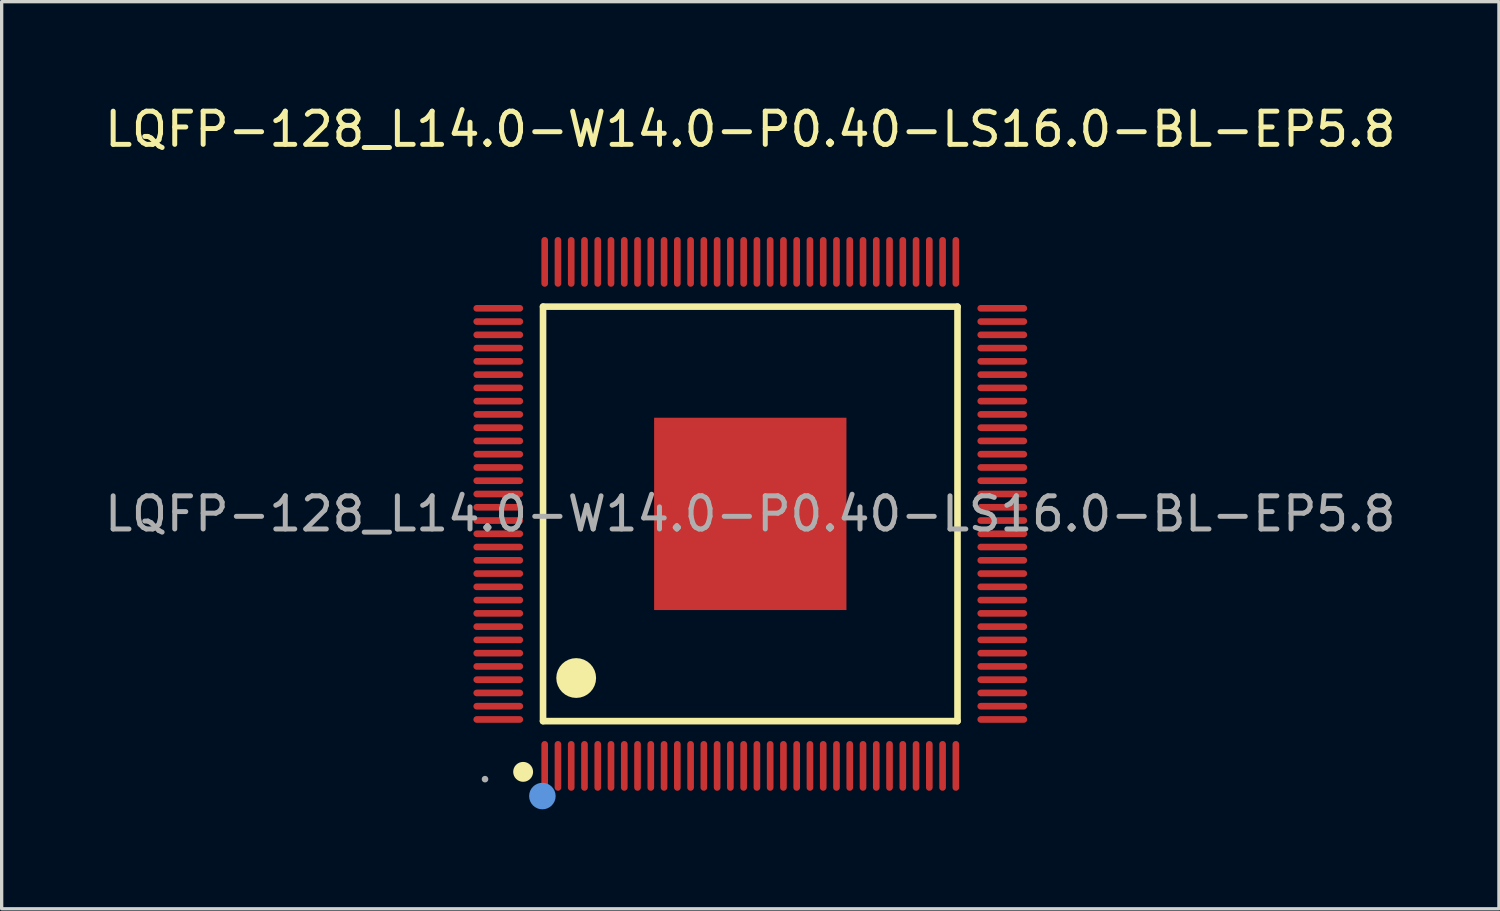
<source format=kicad_pcb>
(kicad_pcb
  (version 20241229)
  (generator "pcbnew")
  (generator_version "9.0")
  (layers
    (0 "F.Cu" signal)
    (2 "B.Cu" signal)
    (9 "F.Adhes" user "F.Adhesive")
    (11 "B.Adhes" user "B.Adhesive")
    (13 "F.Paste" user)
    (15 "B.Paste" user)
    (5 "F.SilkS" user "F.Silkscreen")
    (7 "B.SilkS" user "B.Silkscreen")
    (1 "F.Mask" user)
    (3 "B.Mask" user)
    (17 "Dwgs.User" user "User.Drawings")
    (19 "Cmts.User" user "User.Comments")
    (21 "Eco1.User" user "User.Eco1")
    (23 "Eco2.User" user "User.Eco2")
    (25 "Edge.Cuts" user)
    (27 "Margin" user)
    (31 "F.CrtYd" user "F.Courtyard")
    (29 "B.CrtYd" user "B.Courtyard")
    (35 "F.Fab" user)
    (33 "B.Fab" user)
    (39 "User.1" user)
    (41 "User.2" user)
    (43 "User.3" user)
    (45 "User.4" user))
  (footprint "LQFP-128_L14.0-W14.0-P0.40-LS16.0-BL-EP5.8"
    (layer "F.Cu")
    (at 19.577 12.448)
    (property "Reference" "LQFP-128_L14.0-W14.0-P0.40-LS16.0-BL-EP5.8" (at 0 -11.6 0) (layer "F.SilkS") (effects (font (size 1 1) (thickness 0.15))))
    (attr smd)
    (fp_line (start -6.25 -6.25) (end 6.25 -6.25) (stroke (width 0.2) (type solid)) (layer "F.SilkS"))
    (fp_line (start -6.25 6.25) (end -6.25 -6.25) (stroke (width 0.2) (type solid)) (layer "F.SilkS"))
    (fp_line (start 6.25 -6.25) (end 6.25 6.25) (stroke (width 0.2) (type solid)) (layer "F.SilkS"))
    (fp_line (start 6.25 6.25) (end -6.25 6.25) (stroke (width 0.2) (type solid)) (layer "F.SilkS"))
    (fp_arc (start -6.85 7.78) (mid -6.85 7.78) (end -6.85 7.78) (stroke (width 0.3) (type solid)) (layer "F.SilkS"))
    (fp_arc (start -5.25 4.95) (mid -5.25 4.95) (end -5.25 4.95) (stroke (width 0.6) (type solid)) (layer "F.SilkS"))
    (fp_circle (center -6.27 8.51) (end -6.07 8.51) (stroke (width 0.4) (type solid)) (fill no) (layer "Cmts.User"))
    (fp_circle (center -8 8) (end -7.95 8) (stroke (width 0.1) (type solid)) (fill no) (layer "F.Fab"))
    (fp_text user "${REFERENCE}" (at 0 0 0) (layer "F.Fab") (effects (font (size 1 1) (thickness 0.15))))
    (pad "1" smd oval (at -6.2 7.6) (size 0.2 1.5) (layers "F.Cu" "F.Mask" "F.Paste"))
    (pad "2" smd oval (at -5.8 7.6) (size 0.2 1.5) (layers "F.Cu" "F.Mask" "F.Paste"))
    (pad "3" smd oval (at -5.4 7.6) (size 0.2 1.5) (layers "F.Cu" "F.Mask" "F.Paste"))
    (pad "4" smd oval (at -5 7.6) (size 0.2 1.5) (layers "F.Cu" "F.Mask" "F.Paste"))
    (pad "5" smd oval (at -4.6 7.6) (size 0.2 1.5) (layers "F.Cu" "F.Mask" "F.Paste"))
    (pad "6" smd oval (at -4.2 7.6) (size 0.2 1.5) (layers "F.Cu" "F.Mask" "F.Paste"))
    (pad "7" smd oval (at -3.8 7.6) (size 0.2 1.5) (layers "F.Cu" "F.Mask" "F.Paste"))
    (pad "8" smd oval (at -3.4 7.6) (size 0.2 1.5) (layers "F.Cu" "F.Mask" "F.Paste"))
    (pad "9" smd oval (at -3 7.6) (size 0.2 1.5) (layers "F.Cu" "F.Mask" "F.Paste"))
    (pad "10" smd oval (at -2.6 7.6) (size 0.2 1.5) (layers "F.Cu" "F.Mask" "F.Paste"))
    (pad "11" smd oval (at -2.2 7.6) (size 0.2 1.5) (layers "F.Cu" "F.Mask" "F.Paste"))
    (pad "12" smd oval (at -1.8 7.6) (size 0.2 1.5) (layers "F.Cu" "F.Mask" "F.Paste"))
    (pad "13" smd oval (at -1.4 7.6) (size 0.2 1.5) (layers "F.Cu" "F.Mask" "F.Paste"))
    (pad "14" smd oval (at -1 7.6) (size 0.2 1.5) (layers "F.Cu" "F.Mask" "F.Paste"))
    (pad "15" smd oval (at -0.6 7.6) (size 0.2 1.5) (layers "F.Cu" "F.Mask" "F.Paste"))
    (pad "16" smd oval (at -0.2 7.6) (size 0.2 1.5) (layers "F.Cu" "F.Mask" "F.Paste"))
    (pad "17" smd oval (at 0.2 7.6) (size 0.2 1.5) (layers "F.Cu" "F.Mask" "F.Paste"))
    (pad "18" smd oval (at 0.6 7.6) (size 0.2 1.5) (layers "F.Cu" "F.Mask" "F.Paste"))
    (pad "19" smd oval (at 1 7.6) (size 0.2 1.5) (layers "F.Cu" "F.Mask" "F.Paste"))
    (pad "20" smd oval (at 1.4 7.6) (size 0.2 1.5) (layers "F.Cu" "F.Mask" "F.Paste"))
    (pad "21" smd oval (at 1.8 7.6) (size 0.2 1.5) (layers "F.Cu" "F.Mask" "F.Paste"))
    (pad "22" smd oval (at 2.2 7.6) (size 0.2 1.5) (layers "F.Cu" "F.Mask" "F.Paste"))
    (pad "23" smd oval (at 2.6 7.6) (size 0.2 1.5) (layers "F.Cu" "F.Mask" "F.Paste"))
    (pad "24" smd oval (at 3 7.6) (size 0.2 1.5) (layers "F.Cu" "F.Mask" "F.Paste"))
    (pad "25" smd oval (at 3.4 7.6) (size 0.2 1.5) (layers "F.Cu" "F.Mask" "F.Paste"))
    (pad "26" smd oval (at 3.8 7.6) (size 0.2 1.5) (layers "F.Cu" "F.Mask" "F.Paste"))
    (pad "27" smd oval (at 4.2 7.6) (size 0.2 1.5) (layers "F.Cu" "F.Mask" "F.Paste"))
    (pad "28" smd oval (at 4.6 7.6) (size 0.2 1.5) (layers "F.Cu" "F.Mask" "F.Paste"))
    (pad "29" smd oval (at 5 7.6) (size 0.2 1.5) (layers "F.Cu" "F.Mask" "F.Paste"))
    (pad "30" smd oval (at 5.4 7.6) (size 0.2 1.5) (layers "F.Cu" "F.Mask" "F.Paste"))
    (pad "31" smd oval (at 5.8 7.6) (size 0.2 1.5) (layers "F.Cu" "F.Mask" "F.Paste"))
    (pad "32" smd oval (at 6.2 7.6) (size 0.2 1.5) (layers "F.Cu" "F.Mask" "F.Paste"))
    (pad "33" smd oval (at 7.6 6.2 90) (size 0.2 1.5) (layers "F.Cu" "F.Mask" "F.Paste"))
    (pad "34" smd oval (at 7.6 5.8 90) (size 0.2 1.5) (layers "F.Cu" "F.Mask" "F.Paste"))
    (pad "35" smd oval (at 7.6 5.4 90) (size 0.2 1.5) (layers "F.Cu" "F.Mask" "F.Paste"))
    (pad "36" smd oval (at 7.6 5 90) (size 0.2 1.5) (layers "F.Cu" "F.Mask" "F.Paste"))
    (pad "37" smd oval (at 7.6 4.6 90) (size 0.2 1.5) (layers "F.Cu" "F.Mask" "F.Paste"))
    (pad "38" smd oval (at 7.6 4.2 90) (size 0.2 1.5) (layers "F.Cu" "F.Mask" "F.Paste"))
    (pad "39" smd oval (at 7.6 3.8 90) (size 0.2 1.5) (layers "F.Cu" "F.Mask" "F.Paste"))
    (pad "40" smd oval (at 7.6 3.4 90) (size 0.2 1.5) (layers "F.Cu" "F.Mask" "F.Paste"))
    (pad "41" smd oval (at 7.6 3 90) (size 0.2 1.5) (layers "F.Cu" "F.Mask" "F.Paste"))
    (pad "42" smd oval (at 7.6 2.6 90) (size 0.2 1.5) (layers "F.Cu" "F.Mask" "F.Paste"))
    (pad "43" smd oval (at 7.6 2.2 90) (size 0.2 1.5) (layers "F.Cu" "F.Mask" "F.Paste"))
    (pad "44" smd oval (at 7.6 1.8 90) (size 0.2 1.5) (layers "F.Cu" "F.Mask" "F.Paste"))
    (pad "45" smd oval (at 7.6 1.4 90) (size 0.2 1.5) (layers "F.Cu" "F.Mask" "F.Paste"))
    (pad "46" smd oval (at 7.6 1 90) (size 0.2 1.5) (layers "F.Cu" "F.Mask" "F.Paste"))
    (pad "47" smd oval (at 7.6 0.6 90) (size 0.2 1.5) (layers "F.Cu" "F.Mask" "F.Paste"))
    (pad "48" smd oval (at 7.6 0.2 90) (size 0.2 1.5) (layers "F.Cu" "F.Mask" "F.Paste"))
    (pad "49" smd oval (at 7.6 -0.2 90) (size 0.2 1.5) (layers "F.Cu" "F.Mask" "F.Paste"))
    (pad "50" smd oval (at 7.6 -0.6 90) (size 0.2 1.5) (layers "F.Cu" "F.Mask" "F.Paste"))
    (pad "51" smd oval (at 7.6 -1 90) (size 0.2 1.5) (layers "F.Cu" "F.Mask" "F.Paste"))
    (pad "52" smd oval (at 7.6 -1.4 90) (size 0.2 1.5) (layers "F.Cu" "F.Mask" "F.Paste"))
    (pad "53" smd oval (at 7.6 -1.8 90) (size 0.2 1.5) (layers "F.Cu" "F.Mask" "F.Paste"))
    (pad "54" smd oval (at 7.6 -2.2 90) (size 0.2 1.5) (layers "F.Cu" "F.Mask" "F.Paste"))
    (pad "55" smd oval (at 7.6 -2.6 90) (size 0.2 1.5) (layers "F.Cu" "F.Mask" "F.Paste"))
    (pad "56" smd oval (at 7.6 -3 90) (size 0.2 1.5) (layers "F.Cu" "F.Mask" "F.Paste"))
    (pad "57" smd oval (at 7.6 -3.4 90) (size 0.2 1.5) (layers "F.Cu" "F.Mask" "F.Paste"))
    (pad "58" smd oval (at 7.6 -3.8 90) (size 0.2 1.5) (layers "F.Cu" "F.Mask" "F.Paste"))
    (pad "59" smd oval (at 7.6 -4.2 90) (size 0.2 1.5) (layers "F.Cu" "F.Mask" "F.Paste"))
    (pad "60" smd oval (at 7.6 -4.6 90) (size 0.2 1.5) (layers "F.Cu" "F.Mask" "F.Paste"))
    (pad "61" smd oval (at 7.6 -5 90) (size 0.2 1.5) (layers "F.Cu" "F.Mask" "F.Paste"))
    (pad "62" smd oval (at 7.6 -5.4 90) (size 0.2 1.5) (layers "F.Cu" "F.Mask" "F.Paste"))
    (pad "63" smd oval (at 7.6 -5.8 90) (size 0.2 1.5) (layers "F.Cu" "F.Mask" "F.Paste"))
    (pad "64" smd oval (at 7.6 -6.2 90) (size 0.2 1.5) (layers "F.Cu" "F.Mask" "F.Paste"))
    (pad "65" smd oval (at 6.2 -7.6 180) (size 0.2 1.5) (layers "F.Cu" "F.Mask" "F.Paste"))
    (pad "66" smd oval (at 5.8 -7.6 180) (size 0.2 1.5) (layers "F.Cu" "F.Mask" "F.Paste"))
    (pad "67" smd oval (at 5.4 -7.6 180) (size 0.2 1.5) (layers "F.Cu" "F.Mask" "F.Paste"))
    (pad "68" smd oval (at 5 -7.6 180) (size 0.2 1.5) (layers "F.Cu" "F.Mask" "F.Paste"))
    (pad "69" smd oval (at 4.6 -7.6 180) (size 0.2 1.5) (layers "F.Cu" "F.Mask" "F.Paste"))
    (pad "70" smd oval (at 4.2 -7.6 180) (size 0.2 1.5) (layers "F.Cu" "F.Mask" "F.Paste"))
    (pad "71" smd oval (at 3.8 -7.6 180) (size 0.2 1.5) (layers "F.Cu" "F.Mask" "F.Paste"))
    (pad "72" smd oval (at 3.4 -7.6 180) (size 0.2 1.5) (layers "F.Cu" "F.Mask" "F.Paste"))
    (pad "73" smd oval (at 3 -7.6 180) (size 0.2 1.5) (layers "F.Cu" "F.Mask" "F.Paste"))
    (pad "74" smd oval (at 2.6 -7.6 180) (size 0.2 1.5) (layers "F.Cu" "F.Mask" "F.Paste"))
    (pad "75" smd oval (at 2.2 -7.6 180) (size 0.2 1.5) (layers "F.Cu" "F.Mask" "F.Paste"))
    (pad "76" smd oval (at 1.8 -7.6 180) (size 0.2 1.5) (layers "F.Cu" "F.Mask" "F.Paste"))
    (pad "77" smd oval (at 1.4 -7.6 180) (size 0.2 1.5) (layers "F.Cu" "F.Mask" "F.Paste"))
    (pad "78" smd oval (at 1 -7.6 180) (size 0.2 1.5) (layers "F.Cu" "F.Mask" "F.Paste"))
    (pad "79" smd oval (at 0.6 -7.6 180) (size 0.2 1.5) (layers "F.Cu" "F.Mask" "F.Paste"))
    (pad "80" smd oval (at 0.2 -7.6 180) (size 0.2 1.5) (layers "F.Cu" "F.Mask" "F.Paste"))
    (pad "81" smd oval (at -0.2 -7.6 180) (size 0.2 1.5) (layers "F.Cu" "F.Mask" "F.Paste"))
    (pad "82" smd oval (at -0.6 -7.6 180) (size 0.2 1.5) (layers "F.Cu" "F.Mask" "F.Paste"))
    (pad "83" smd oval (at -1 -7.6 180) (size 0.2 1.5) (layers "F.Cu" "F.Mask" "F.Paste"))
    (pad "84" smd oval (at -1.4 -7.6 180) (size 0.2 1.5) (layers "F.Cu" "F.Mask" "F.Paste"))
    (pad "85" smd oval (at -1.8 -7.6 180) (size 0.2 1.5) (layers "F.Cu" "F.Mask" "F.Paste"))
    (pad "86" smd oval (at -2.2 -7.6 180) (size 0.2 1.5) (layers "F.Cu" "F.Mask" "F.Paste"))
    (pad "87" smd oval (at -2.6 -7.6 180) (size 0.2 1.5) (layers "F.Cu" "F.Mask" "F.Paste"))
    (pad "88" smd oval (at -3 -7.6 180) (size 0.2 1.5) (layers "F.Cu" "F.Mask" "F.Paste"))
    (pad "89" smd oval (at -3.4 -7.6 180) (size 0.2 1.5) (layers "F.Cu" "F.Mask" "F.Paste"))
    (pad "90" smd oval (at -3.8 -7.6 180) (size 0.2 1.5) (layers "F.Cu" "F.Mask" "F.Paste"))
    (pad "91" smd oval (at -4.2 -7.6 180) (size 0.2 1.5) (layers "F.Cu" "F.Mask" "F.Paste"))
    (pad "92" smd oval (at -4.6 -7.6 180) (size 0.2 1.5) (layers "F.Cu" "F.Mask" "F.Paste"))
    (pad "93" smd oval (at -5 -7.6 180) (size 0.2 1.5) (layers "F.Cu" "F.Mask" "F.Paste"))
    (pad "94" smd oval (at -5.4 -7.6 180) (size 0.2 1.5) (layers "F.Cu" "F.Mask" "F.Paste"))
    (pad "95" smd oval (at -5.8 -7.6 180) (size 0.2 1.5) (layers "F.Cu" "F.Mask" "F.Paste"))
    (pad "96" smd oval (at -6.2 -7.6 180) (size 0.2 1.5) (layers "F.Cu" "F.Mask" "F.Paste"))
    (pad "97" smd oval (at -7.6 -6.2 270) (size 0.2 1.5) (layers "F.Cu" "F.Mask" "F.Paste"))
    (pad "98" smd oval (at -7.6 -5.8 270) (size 0.2 1.5) (layers "F.Cu" "F.Mask" "F.Paste"))
    (pad "99" smd oval (at -7.6 -5.4 270) (size 0.2 1.5) (layers "F.Cu" "F.Mask" "F.Paste"))
    (pad "100" smd oval (at -7.6 -5 270) (size 0.2 1.5) (layers "F.Cu" "F.Mask" "F.Paste"))
    (pad "101" smd oval (at -7.6 -4.6 270) (size 0.2 1.5) (layers "F.Cu" "F.Mask" "F.Paste"))
    (pad "102" smd oval (at -7.6 -4.2 270) (size 0.2 1.5) (layers "F.Cu" "F.Mask" "F.Paste"))
    (pad "103" smd oval (at -7.6 -3.8 270) (size 0.2 1.5) (layers "F.Cu" "F.Mask" "F.Paste"))
    (pad "104" smd oval (at -7.6 -3.4 270) (size 0.2 1.5) (layers "F.Cu" "F.Mask" "F.Paste"))
    (pad "105" smd oval (at -7.6 -3 270) (size 0.2 1.5) (layers "F.Cu" "F.Mask" "F.Paste"))
    (pad "106" smd oval (at -7.6 -2.6 270) (size 0.2 1.5) (layers "F.Cu" "F.Mask" "F.Paste"))
    (pad "107" smd oval (at -7.6 -2.2 270) (size 0.2 1.5) (layers "F.Cu" "F.Mask" "F.Paste"))
    (pad "108" smd oval (at -7.6 -1.8 270) (size 0.2 1.5) (layers "F.Cu" "F.Mask" "F.Paste"))
    (pad "109" smd oval (at -7.6 -1.4 270) (size 0.2 1.5) (layers "F.Cu" "F.Mask" "F.Paste"))
    (pad "110" smd oval (at -7.6 -1 270) (size 0.2 1.5) (layers "F.Cu" "F.Mask" "F.Paste"))
    (pad "111" smd oval (at -7.6 -0.6 270) (size 0.2 1.5) (layers "F.Cu" "F.Mask" "F.Paste"))
    (pad "112" smd oval (at -7.6 -0.2 270) (size 0.2 1.5) (layers "F.Cu" "F.Mask" "F.Paste"))
    (pad "113" smd oval (at -7.6 0.2 270) (size 0.2 1.5) (layers "F.Cu" "F.Mask" "F.Paste"))
    (pad "114" smd oval (at -7.6 0.6 270) (size 0.2 1.5) (layers "F.Cu" "F.Mask" "F.Paste"))
    (pad "115" smd oval (at -7.6 1 270) (size 0.2 1.5) (layers "F.Cu" "F.Mask" "F.Paste"))
    (pad "116" smd oval (at -7.6 1.4 270) (size 0.2 1.5) (layers "F.Cu" "F.Mask" "F.Paste"))
    (pad "117" smd oval (at -7.6 1.8 270) (size 0.2 1.5) (layers "F.Cu" "F.Mask" "F.Paste"))
    (pad "118" smd oval (at -7.6 2.2 270) (size 0.2 1.5) (layers "F.Cu" "F.Mask" "F.Paste"))
    (pad "119" smd oval (at -7.6 2.6 270) (size 0.2 1.5) (layers "F.Cu" "F.Mask" "F.Paste"))
    (pad "120" smd oval (at -7.6 3 270) (size 0.2 1.5) (layers "F.Cu" "F.Mask" "F.Paste"))
    (pad "121" smd oval (at -7.6 3.4 270) (size 0.2 1.5) (layers "F.Cu" "F.Mask" "F.Paste"))
    (pad "122" smd oval (at -7.6 3.8 270) (size 0.2 1.5) (layers "F.Cu" "F.Mask" "F.Paste"))
    (pad "123" smd oval (at -7.6 4.2 270) (size 0.2 1.5) (layers "F.Cu" "F.Mask" "F.Paste"))
    (pad "124" smd oval (at -7.6 4.6 270) (size 0.2 1.5) (layers "F.Cu" "F.Mask" "F.Paste"))
    (pad "125" smd oval (at -7.6 5 270) (size 0.2 1.5) (layers "F.Cu" "F.Mask" "F.Paste"))
    (pad "126" smd oval (at -7.6 5.4 270) (size 0.2 1.5) (layers "F.Cu" "F.Mask" "F.Paste"))
    (pad "127" smd oval (at -7.6 5.8 270) (size 0.2 1.5) (layers "F.Cu" "F.Mask" "F.Paste"))
    (pad "128" smd oval (at -7.6 6.2 270) (size 0.2 1.5) (layers "F.Cu" "F.Mask" "F.Paste"))
    (pad "129" smd rect (at 0 0 180) (size 5.8 5.8) (layers "F.Cu" "F.Mask" "F.Paste")))
  (gr_rect
    (start -3 -3)
    (end 42.155 24.358)
    (stroke (width 0.1) (type default))
    (fill no)
    (layer "Edge.Cuts")))
</source>
